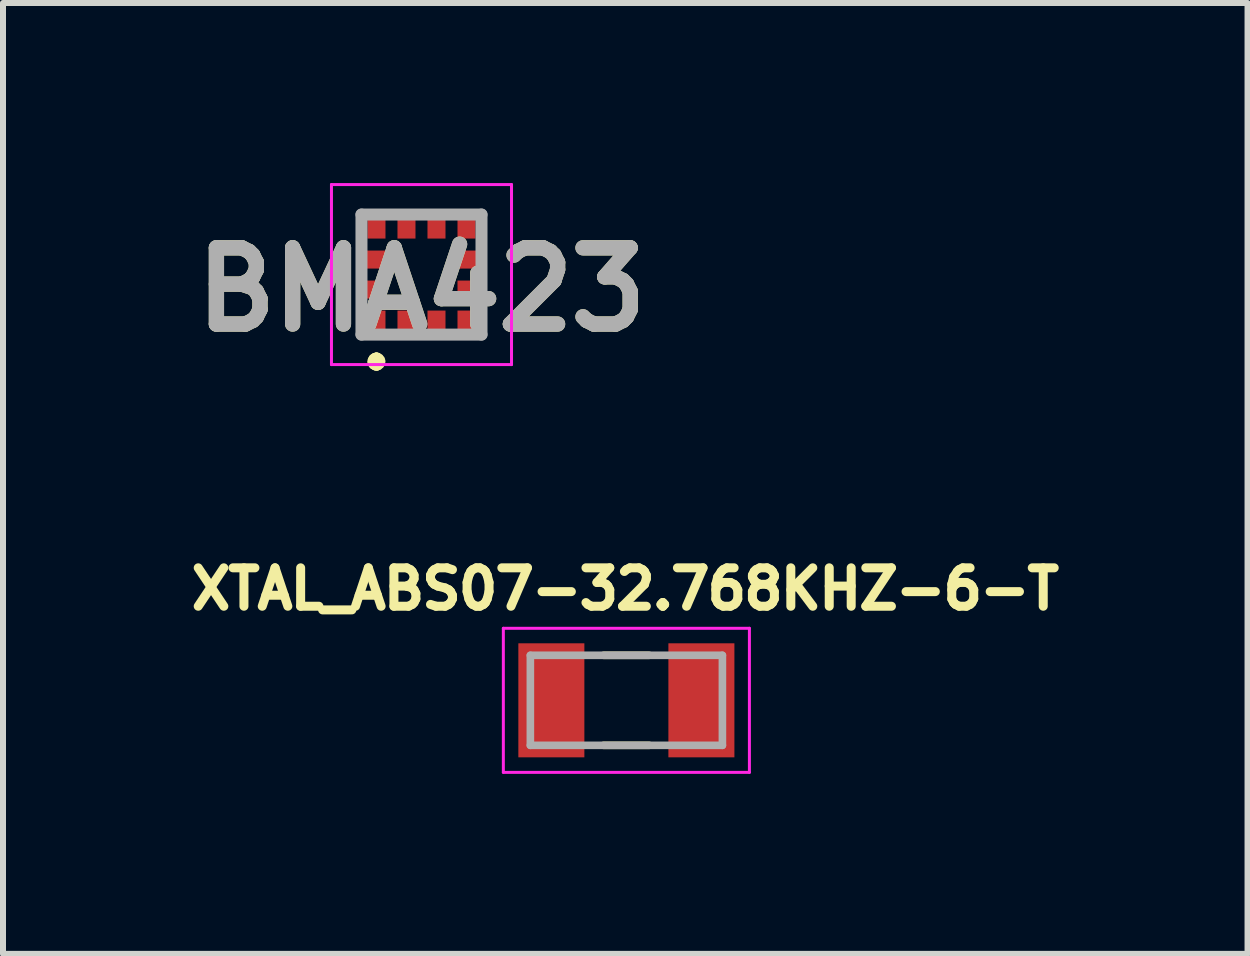
<source format=kicad_pcb>
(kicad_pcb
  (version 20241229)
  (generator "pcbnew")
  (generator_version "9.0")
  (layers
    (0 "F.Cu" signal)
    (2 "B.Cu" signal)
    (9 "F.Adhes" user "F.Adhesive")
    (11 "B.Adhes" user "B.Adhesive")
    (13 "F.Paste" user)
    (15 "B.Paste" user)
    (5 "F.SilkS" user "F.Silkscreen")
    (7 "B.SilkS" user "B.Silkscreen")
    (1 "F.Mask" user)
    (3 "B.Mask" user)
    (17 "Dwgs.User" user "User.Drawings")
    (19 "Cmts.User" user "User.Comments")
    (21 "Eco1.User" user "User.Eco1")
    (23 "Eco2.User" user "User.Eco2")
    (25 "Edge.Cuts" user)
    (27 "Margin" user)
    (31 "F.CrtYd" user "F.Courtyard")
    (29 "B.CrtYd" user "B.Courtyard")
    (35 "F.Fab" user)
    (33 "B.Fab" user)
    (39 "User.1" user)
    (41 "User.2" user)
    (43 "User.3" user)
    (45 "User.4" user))
  (footprint "BMA423"
    (layer "F.Cu")
    (at 3.973 1.525)
    (property "Reference" "BMA423" (at 0 0.25 0) (layer "F.SilkS") (effects (font (size 1.27 1.27) (thickness 0.254))))
    (attr smd)
    (fp_line (start -0.75 1.4) (end -0.75 1.4) (stroke (width 0.2) (type solid)) (layer "F.SilkS"))
    (fp_line (start -0.75 1.4) (end -0.75 1.4) (stroke (width 0.2) (type solid)) (layer "F.SilkS"))
    (fp_line (start -0.75 1.5) (end -0.75 1.5) (stroke (width 0.2) (type solid)) (layer "F.SilkS"))
    (fp_arc (start -0.75 1.4) (mid -0.7 1.45) (end -0.75 1.5) (stroke (width 0.2) (type solid)) (layer "F.SilkS"))
    (fp_arc (start -0.75 1.5) (mid -0.8 1.45) (end -0.75 1.4) (stroke (width 0.2) (type solid)) (layer "F.SilkS"))
    (fp_arc (start -0.75 1.5) (mid -0.8 1.45) (end -0.75 1.4) (stroke (width 0.2) (type solid)) (layer "F.SilkS"))
    (fp_line (start -1.5 -1.5) (end 1.5 -1.5) (stroke (width 0.05) (type default)) (layer "F.CrtYd"))
    (fp_line (start -1.5 1.5) (end -1.5 -1.5) (stroke (width 0.05) (type default)) (layer "F.CrtYd"))
    (fp_line (start 1.5 -1.5) (end 1.5 1.5) (stroke (width 0.05) (type default)) (layer "F.CrtYd"))
    (fp_line (start 1.5 1.5) (end -1.5 1.5) (stroke (width 0.05) (type default)) (layer "F.CrtYd"))
    (fp_line (start -1 -1) (end 1 -1) (stroke (width 0.2) (type solid)) (layer "F.Fab"))
    (fp_line (start -1 1) (end -1 -1) (stroke (width 0.2) (type solid)) (layer "F.Fab"))
    (fp_line (start 1 -1) (end 1 1) (stroke (width 0.2) (type solid)) (layer "F.Fab"))
    (fp_line (start 1 1) (end -1 1) (stroke (width 0.2) (type solid)) (layer "F.Fab"))
    (fp_text user "${REFERENCE}" (at 0 0.25 0) (layer "F.Fab") (effects (font (size 1.27 1.27) (thickness 0.254))))
    (pad "1" smd rect (at -0.75 0.775) (size 0.3 0.35) (layers "F.Cu" "F.Mask" "F.Paste"))
    (pad "2" smd rect (at -0.25 0.775) (size 0.3 0.35) (layers "F.Cu" "F.Mask" "F.Paste"))
    (pad "3" smd rect (at 0.25 0.775) (size 0.3 0.35) (layers "F.Cu" "F.Mask" "F.Paste"))
    (pad "4" smd rect (at 0.75 0.775) (size 0.3 0.35) (layers "F.Cu" "F.Mask" "F.Paste"))
    (pad "5" smd rect (at 0.775 0.25 90) (size 0.3 0.35) (layers "F.Cu" "F.Mask" "F.Paste"))
    (pad "6" smd rect (at 0.775 -0.25 90) (size 0.3 0.35) (layers "F.Cu" "F.Mask" "F.Paste"))
    (pad "7" smd rect (at 0.75 -0.775) (size 0.3 0.35) (layers "F.Cu" "F.Mask" "F.Paste"))
    (pad "8" smd rect (at 0.25 -0.775) (size 0.3 0.35) (layers "F.Cu" "F.Mask" "F.Paste"))
    (pad "9" smd rect (at -0.25 -0.775) (size 0.3 0.35) (layers "F.Cu" "F.Mask" "F.Paste"))
    (pad "10" smd rect (at -0.75 -0.775) (size 0.3 0.35) (layers "F.Cu" "F.Mask" "F.Paste"))
    (pad "11" smd rect (at -0.775 -0.25 90) (size 0.3 0.35) (layers "F.Cu" "F.Mask" "F.Paste"))
    (pad "12" smd rect (at -0.775 0.25 90) (size 0.3 0.35) (layers "F.Cu" "F.Mask" "F.Paste")))
  (footprint "XTAL_ABS07-32.768KHZ-6-T"
    (layer "F.Cu")
    (at 7.387 8.619)
    (property "Reference" "XTAL_ABS07-32.768KHZ-6-T" (at -0.018 -1.856 0) (layer "F.SilkS") (effects (font (size 0.64 0.64) (thickness 0.15))))
    (attr smd)
    (fp_line (start -0.38 -0.75) (end 0.38 -0.75) (stroke (width 0.127) (type solid)) (layer "F.SilkS"))
    (fp_line (start -0.38 0.75) (end 0.38 0.75) (stroke (width 0.127) (type solid)) (layer "F.SilkS"))
    (fp_line (start -2.05 -1.2) (end -2.05 1.2) (stroke (width 0.05) (type solid)) (layer "F.CrtYd"))
    (fp_line (start -2.05 1.2) (end 2.05 1.2) (stroke (width 0.05) (type solid)) (layer "F.CrtYd"))
    (fp_line (start 2.05 -1.2) (end -2.05 -1.2) (stroke (width 0.05) (type solid)) (layer "F.CrtYd"))
    (fp_line (start 2.05 1.2) (end 2.05 -1.2) (stroke (width 0.05) (type solid)) (layer "F.CrtYd"))
    (fp_line (start -1.6 -0.75) (end -1.6 0.75) (stroke (width 0.127) (type solid)) (layer "F.Fab"))
    (fp_line (start -1.6 -0.75) (end 1.6 -0.75) (stroke (width 0.127) (type solid)) (layer "F.Fab"))
    (fp_line (start -1.6 0.75) (end 1.6 0.75) (stroke (width 0.127) (type solid)) (layer "F.Fab"))
    (fp_line (start 1.6 -0.75) (end 1.6 0.75) (stroke (width 0.127) (type solid)) (layer "F.Fab"))
    (pad "1" smd rect (at -1.25 0) (size 1.1 1.9) (layers "F.Cu" "F.Mask" "F.Paste"))
    (pad "2" smd rect (at 1.25 0) (size 1.1 1.9) (layers "F.Cu" "F.Mask" "F.Paste")))
  (gr_rect
    (start -3 -3)
    (end 17.737 12.844)
    (stroke (width 0.1) (type default))
    (fill no)
    (layer "Edge.Cuts")))
</source>
